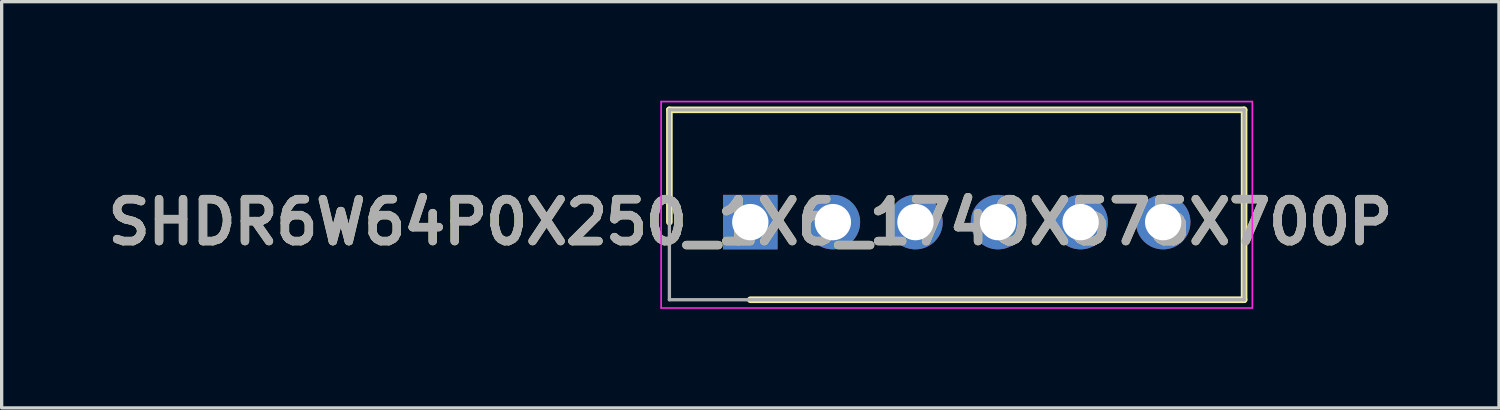
<source format=kicad_pcb>
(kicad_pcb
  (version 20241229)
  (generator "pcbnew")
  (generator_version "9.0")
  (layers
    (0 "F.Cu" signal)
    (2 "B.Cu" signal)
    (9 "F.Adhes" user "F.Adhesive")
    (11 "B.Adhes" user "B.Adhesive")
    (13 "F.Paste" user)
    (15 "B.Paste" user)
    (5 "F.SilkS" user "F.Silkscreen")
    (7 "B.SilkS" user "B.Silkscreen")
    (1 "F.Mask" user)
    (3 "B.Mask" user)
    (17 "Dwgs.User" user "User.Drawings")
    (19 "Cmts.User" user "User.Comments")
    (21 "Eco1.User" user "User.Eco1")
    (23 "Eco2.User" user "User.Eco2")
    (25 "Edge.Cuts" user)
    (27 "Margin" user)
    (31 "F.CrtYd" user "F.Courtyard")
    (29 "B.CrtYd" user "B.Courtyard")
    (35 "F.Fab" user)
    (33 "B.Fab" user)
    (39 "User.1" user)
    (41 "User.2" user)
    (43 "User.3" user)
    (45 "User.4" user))
  (footprint "SHDR6W64P0X250_1X6_1740X575X700P"
    (layer "F.Cu")
    (at 19.667 3.675)
    (property "Reference" "SHDR6W64P0X250_1X6_1740X575X700P" (at 0 0 0) (layer "F.SilkS") (effects (font (size 1.27 1.27) (thickness 0.254))))
    (attr through_hole)
    (fp_line (start -2.45 -3.4) (end -2.45 0) (stroke (width 0.2) (type solid)) (layer "F.SilkS"))
    (fp_line (start 0 2.35) (end 14.95 2.35) (stroke (width 0.2) (type solid)) (layer "F.SilkS"))
    (fp_line (start 14.95 -3.4) (end -2.45 -3.4) (stroke (width 0.2) (type solid)) (layer "F.SilkS"))
    (fp_line (start 14.95 2.35) (end 14.95 -3.4) (stroke (width 0.2) (type solid)) (layer "F.SilkS"))
    (fp_line (start -2.7 -3.65) (end 15.2 -3.65) (stroke (width 0.05) (type solid)) (layer "F.CrtYd"))
    (fp_line (start -2.7 2.6) (end -2.7 -3.65) (stroke (width 0.05) (type solid)) (layer "F.CrtYd"))
    (fp_line (start 15.2 -3.65) (end 15.2 2.6) (stroke (width 0.05) (type solid)) (layer "F.CrtYd"))
    (fp_line (start 15.2 2.6) (end -2.7 2.6) (stroke (width 0.05) (type solid)) (layer "F.CrtYd"))
    (fp_line (start -2.45 -3.4) (end 14.95 -3.4) (stroke (width 0.1) (type solid)) (layer "F.Fab"))
    (fp_line (start -2.45 2.35) (end -2.45 -3.4) (stroke (width 0.1) (type solid)) (layer "F.Fab"))
    (fp_line (start 14.95 -3.4) (end 14.95 2.35) (stroke (width 0.1) (type solid)) (layer "F.Fab"))
    (fp_line (start 14.95 2.35) (end -2.45 2.35) (stroke (width 0.1) (type solid)) (layer "F.Fab"))
    (fp_text user "${REFERENCE}" (at 0 0 0) (layer "F.Fab") (effects (font (size 1.27 1.27) (thickness 0.254))))
    (pad "1" thru_hole rect (at 0 0) (size 1.65 1.65) (drill 1.1) (layers "*.Cu" "*.Mask"))
    (pad "2" thru_hole circle (at 2.5 0) (size 1.65 1.65) (drill 1.1) (layers "*.Cu" "*.Mask"))
    (pad "3" thru_hole circle (at 5 0) (size 1.65 1.65) (drill 1.1) (layers "*.Cu" "*.Mask"))
    (pad "4" thru_hole circle (at 7.5 0) (size 1.65 1.65) (drill 1.1) (layers "*.Cu" "*.Mask"))
    (pad "5" thru_hole circle (at 10 0) (size 1.65 1.65) (drill 1.1) (layers "*.Cu" "*.Mask"))
    (pad "6" thru_hole circle (at 12.5 0) (size 1.65 1.65) (drill 1.1) (layers "*.Cu" "*.Mask")))
  (gr_rect
    (start -3 -3)
    (end 42.334 9.3)
    (stroke (width 0.1) (type default))
    (fill no)
    (layer "Edge.Cuts")))
</source>
